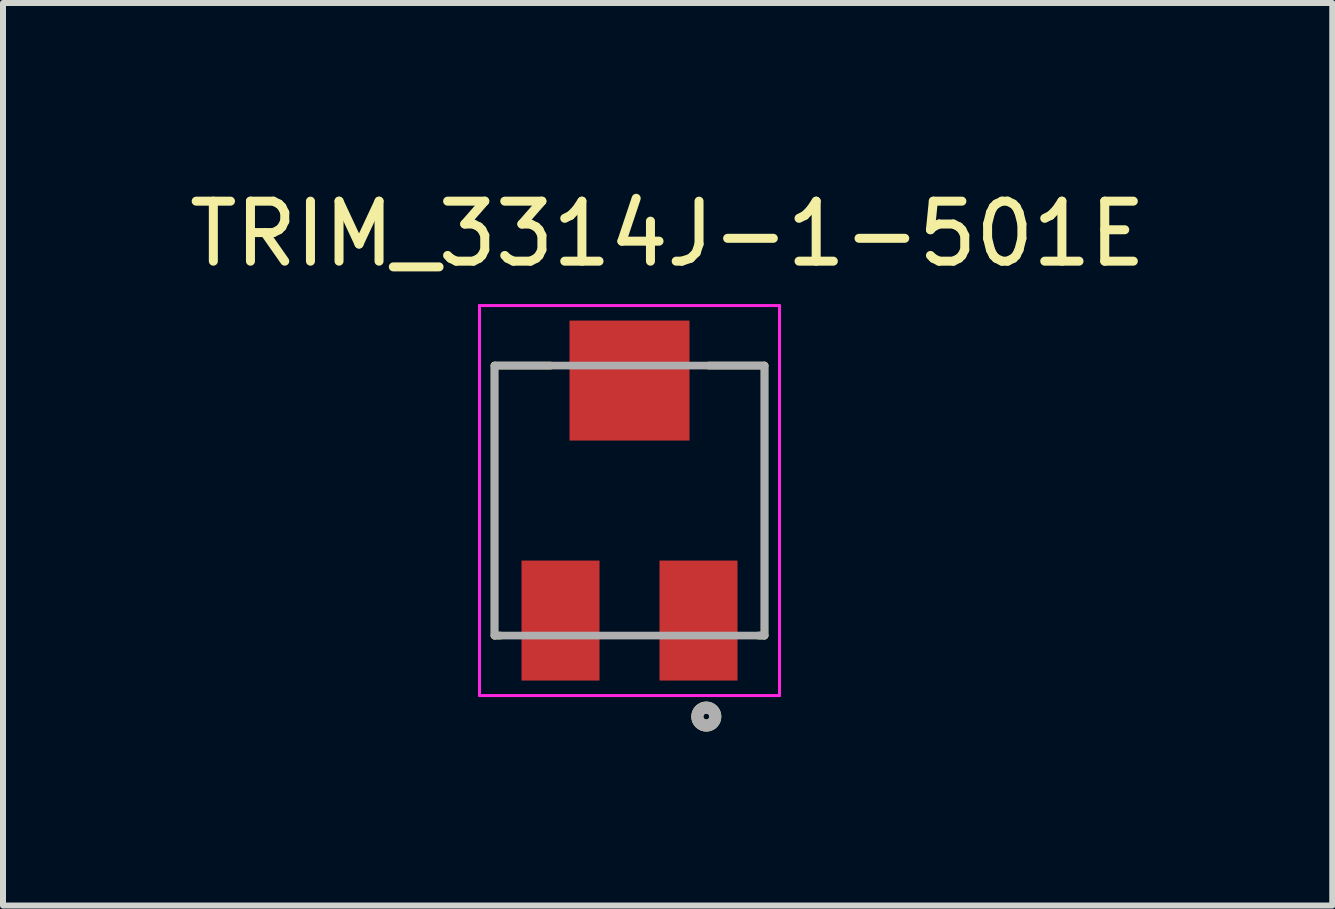
<source format=kicad_pcb>
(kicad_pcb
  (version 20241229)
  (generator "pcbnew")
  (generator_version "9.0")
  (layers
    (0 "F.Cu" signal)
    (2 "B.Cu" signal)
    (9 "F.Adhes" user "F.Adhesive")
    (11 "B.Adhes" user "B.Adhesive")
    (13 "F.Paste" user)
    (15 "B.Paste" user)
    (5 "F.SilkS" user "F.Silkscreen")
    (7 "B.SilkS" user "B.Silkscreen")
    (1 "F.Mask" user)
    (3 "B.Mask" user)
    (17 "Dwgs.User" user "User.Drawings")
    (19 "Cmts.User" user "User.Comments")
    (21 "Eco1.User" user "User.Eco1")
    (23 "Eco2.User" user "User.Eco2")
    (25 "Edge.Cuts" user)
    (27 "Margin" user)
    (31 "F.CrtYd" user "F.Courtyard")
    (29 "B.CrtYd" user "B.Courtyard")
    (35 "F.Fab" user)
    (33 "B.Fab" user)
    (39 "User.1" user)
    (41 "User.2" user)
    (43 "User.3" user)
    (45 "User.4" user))
  (footprint "TRIM_3314J-1-501E"
    (layer "F.Cu")
    (at 7.442 5.293)
    (property "Reference" "TRIM_3314J-1-501E" (at 0.635 -4.445 0) (layer "F.SilkS") (effects (font (size 1 1) (thickness 0.15))))
    (attr smd)
    (fp_line (start -2.25 -2.25) (end -2.25 2.25) (stroke (width 0.127) (type solid)) (layer "F.SilkS"))
    (fp_line (start -2.25 2.25) (end -2.15 2.25) (stroke (width 0.127) (type solid)) (layer "F.SilkS"))
    (fp_line (start -1.315 -2.25) (end -2.25 -2.25) (stroke (width 0.127) (type solid)) (layer "F.SilkS"))
    (fp_line (start 2.15 2.25) (end 2.25 2.25) (stroke (width 0.127) (type solid)) (layer "F.SilkS"))
    (fp_line (start 2.25 -2.25) (end 1.315 -2.25) (stroke (width 0.127) (type solid)) (layer "F.SilkS"))
    (fp_line (start 2.25 2.25) (end 2.25 -2.25) (stroke (width 0.127) (type solid)) (layer "F.SilkS"))
    (fp_circle (center 1.28 3.6) (end 1.33 3.6) (stroke (width 0.2) (type solid)) (fill no) (layer "F.SilkS"))
    (fp_line (start -2.5 -3.25) (end 2.5 -3.25) (stroke (width 0.05) (type solid)) (layer "F.CrtYd"))
    (fp_line (start -2.5 3.25) (end -2.5 -3.25) (stroke (width 0.05) (type solid)) (layer "F.CrtYd"))
    (fp_line (start 2.5 -3.25) (end 2.5 3.25) (stroke (width 0.05) (type solid)) (layer "F.CrtYd"))
    (fp_line (start 2.5 3.25) (end -2.5 3.25) (stroke (width 0.05) (type solid)) (layer "F.CrtYd"))
    (fp_line (start -2.25 -2.25) (end 2.25 -2.25) (stroke (width 0.127) (type solid)) (layer "F.Fab"))
    (fp_line (start -2.25 2.25) (end -2.25 -2.25) (stroke (width 0.127) (type solid)) (layer "F.Fab"))
    (fp_line (start 2.25 -2.25) (end 2.25 2.25) (stroke (width 0.127) (type solid)) (layer "F.Fab"))
    (fp_line (start 2.25 2.25) (end -2.25 2.25) (stroke (width 0.127) (type solid)) (layer "F.Fab"))
    (fp_circle (center 1.28 3.6) (end 1.33 3.6) (stroke (width 0.2) (type solid)) (fill no) (layer "F.Fab"))
    (pad "1" smd rect (at 1.15 2 90) (size 2 1.3) (layers "F.Cu" "F.Mask" "F.Paste"))
    (pad "2" smd rect (at 0 -2 180) (size 2 2) (layers "F.Cu" "F.Mask" "F.Paste"))
    (pad "3" smd rect (at -1.15 2 270) (size 2 1.3) (layers "F.Cu" "F.Mask" "F.Paste")))
  (gr_rect
    (start -3 -3)
    (end 19.155 12.043)
    (stroke (width 0.1) (type default))
    (fill no)
    (layer "Edge.Cuts")))
</source>
